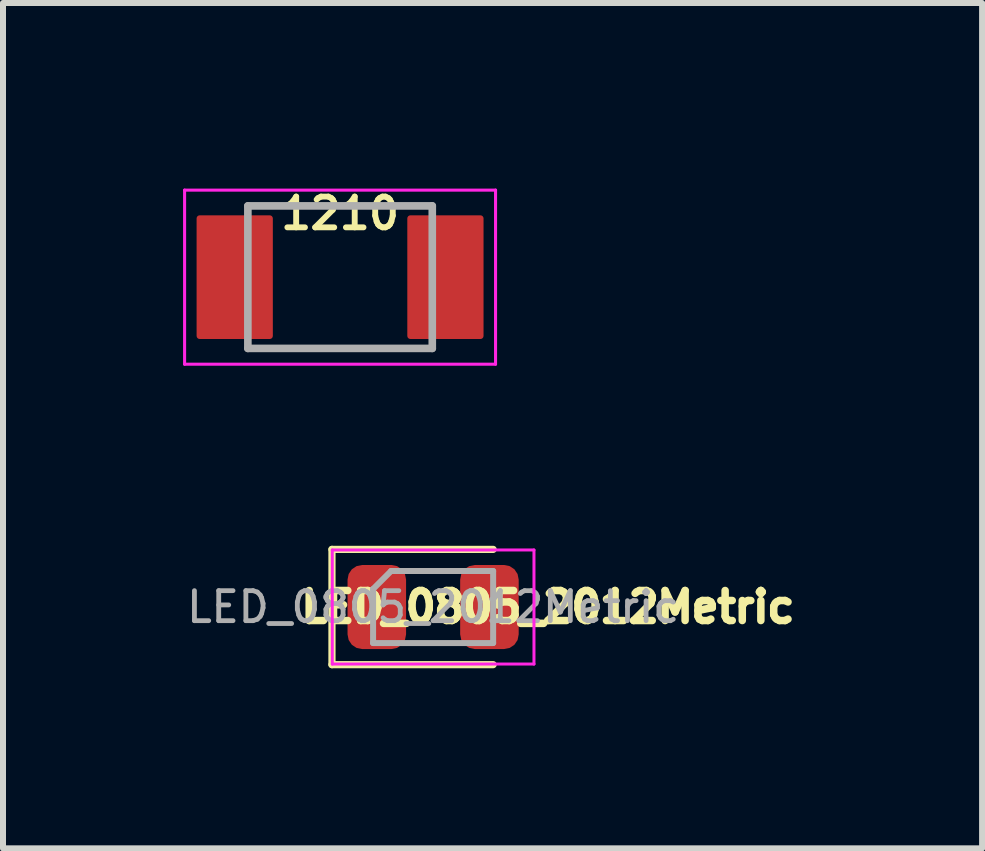
<source format=kicad_pcb>
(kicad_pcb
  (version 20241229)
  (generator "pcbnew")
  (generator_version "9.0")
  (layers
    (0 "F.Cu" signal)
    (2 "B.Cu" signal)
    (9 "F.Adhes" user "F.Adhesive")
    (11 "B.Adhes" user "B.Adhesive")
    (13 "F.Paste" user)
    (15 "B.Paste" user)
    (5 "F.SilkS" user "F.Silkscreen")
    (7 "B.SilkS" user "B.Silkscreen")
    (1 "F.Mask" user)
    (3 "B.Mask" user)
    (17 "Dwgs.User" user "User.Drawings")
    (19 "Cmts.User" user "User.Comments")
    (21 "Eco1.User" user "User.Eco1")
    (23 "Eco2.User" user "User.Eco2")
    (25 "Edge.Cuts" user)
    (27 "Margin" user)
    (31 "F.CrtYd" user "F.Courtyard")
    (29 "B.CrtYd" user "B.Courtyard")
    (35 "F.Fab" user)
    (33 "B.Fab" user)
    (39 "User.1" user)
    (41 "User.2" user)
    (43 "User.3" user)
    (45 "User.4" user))
  (footprint "LED_0805_2012Metric"
    (layer "F.Cu")
    (at 4.165 7.062)
    (property "Reference" "LED_0805_2012Metric" (at 1.912 0 180) (layer "F.SilkS") (effects (font (size 0.5 0.5) (thickness 0.125))))
    (attr smd)
    (fp_line (start -1.685 -0.96) (end -1.685 0.96) (stroke (width 0.12) (type solid)) (layer "F.SilkS"))
    (fp_line (start -1.685 0.96) (end 1 0.96) (stroke (width 0.12) (type solid)) (layer "F.SilkS"))
    (fp_line (start 1 -0.96) (end -1.685 -0.96) (stroke (width 0.12) (type solid)) (layer "F.SilkS"))
    (fp_line (start -1.68 -0.95) (end 1.68 -0.95) (stroke (width 0.05) (type solid)) (layer "F.CrtYd"))
    (fp_line (start -1.68 0.95) (end -1.68 -0.95) (stroke (width 0.05) (type solid)) (layer "F.CrtYd"))
    (fp_line (start 1.68 -0.95) (end 1.68 0.95) (stroke (width 0.05) (type solid)) (layer "F.CrtYd"))
    (fp_line (start 1.68 0.95) (end -1.68 0.95) (stroke (width 0.05) (type solid)) (layer "F.CrtYd"))
    (fp_line (start -1 -0.3) (end -1 0.6) (stroke (width 0.1) (type solid)) (layer "F.Fab"))
    (fp_line (start -1 0.6) (end 1 0.6) (stroke (width 0.1) (type solid)) (layer "F.Fab"))
    (fp_line (start -0.7 -0.6) (end -1 -0.3) (stroke (width 0.1) (type solid)) (layer "F.Fab"))
    (fp_line (start 1 -0.6) (end -0.7 -0.6) (stroke (width 0.1) (type solid)) (layer "F.Fab"))
    (fp_line (start 1 0.6) (end 1 -0.6) (stroke (width 0.1) (type solid)) (layer "F.Fab"))
    (fp_text user "${REFERENCE}" (at 0 0 180) (layer "F.Fab") (effects (font (size 0.5 0.5) (thickness 0.08))))
    (pad "1" smd roundrect (at -0.938 0) (size 0.975 1.4) (layers "F.Cu" "F.Mask" "F.Paste") (roundrect_rratio 0.25))
    (pad "2" smd roundrect (at 0.938 0) (size 0.975 1.4) (layers "F.Cu" "F.Mask" "F.Paste") (roundrect_rratio 0.25)))
  (footprint "1210"
    (layer "F.Cu")
    (at 2.615 1.567)
    (property "Reference" "1210" (at 0 -0.762 0) (unlocked yes) (layer "F.SilkS") (effects (font (size 0.512 0.512) (thickness 0.098)) (justify bottom)))
    (fp_line (start -2.59 -1.45) (end 2.59 -1.45) (stroke (width 0.051) (type solid)) (layer "F.CrtYd"))
    (fp_line (start -2.59 1.45) (end -2.59 -1.45) (stroke (width 0.051) (type solid)) (layer "F.CrtYd"))
    (fp_line (start 2.59 -1.45) (end 2.59 1.45) (stroke (width 0.051) (type solid)) (layer "F.CrtYd"))
    (fp_line (start 2.59 1.45) (end -2.59 1.45) (stroke (width 0.051) (type solid)) (layer "F.CrtYd"))
    (fp_line (start -1.536 -1.187) (end 1.536 -1.187) (stroke (width 0.127) (type solid)) (layer "F.Fab"))
    (fp_line (start -1.536 1.187) (end -1.536 -1.187) (stroke (width 0.127) (type solid)) (layer "F.Fab"))
    (fp_line (start 1.536 -1.187) (end 1.536 1.187) (stroke (width 0.127) (type solid)) (layer "F.Fab"))
    (fp_line (start 1.536 1.187) (end -1.536 1.187) (stroke (width 0.127) (type solid)) (layer "F.Fab"))
    (pad "" smd roundrect (at -1.755 0) (size 1.27 2.06) (layers "F.Cu" "F.Mask" "F.Paste") (roundrect_rratio 0.04))
    (pad "2" smd roundrect (at 1.755 0) (size 1.27 2.06) (layers "F.Cu" "F.Mask" "F.Paste") (roundrect_rratio 0.04)))
  (gr_rect
    (start -3 -3)
    (end 13.31 11.082)
    (stroke (width 0.1) (type default))
    (fill no)
    (layer "Edge.Cuts")))
</source>
